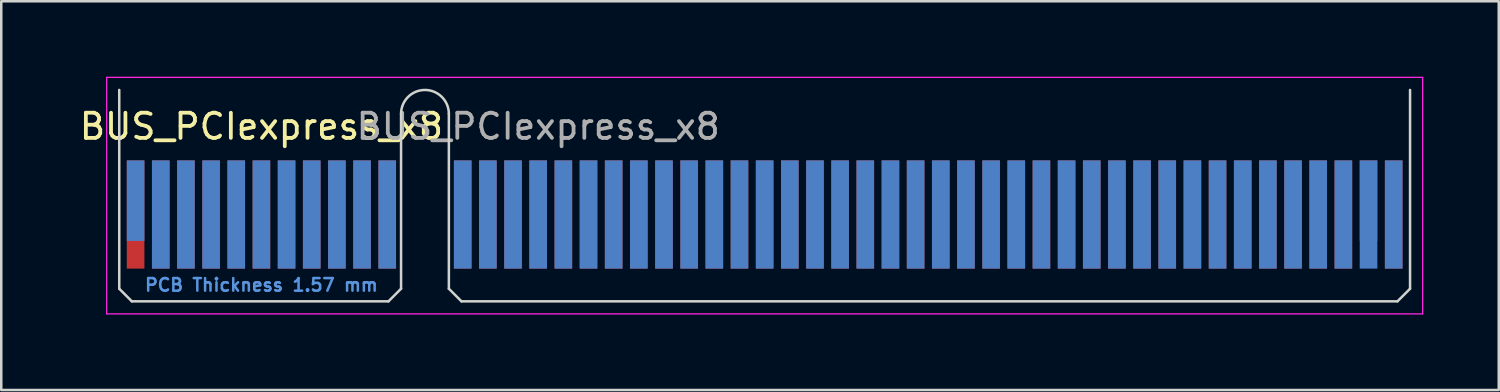
<source format=kicad_pcb>
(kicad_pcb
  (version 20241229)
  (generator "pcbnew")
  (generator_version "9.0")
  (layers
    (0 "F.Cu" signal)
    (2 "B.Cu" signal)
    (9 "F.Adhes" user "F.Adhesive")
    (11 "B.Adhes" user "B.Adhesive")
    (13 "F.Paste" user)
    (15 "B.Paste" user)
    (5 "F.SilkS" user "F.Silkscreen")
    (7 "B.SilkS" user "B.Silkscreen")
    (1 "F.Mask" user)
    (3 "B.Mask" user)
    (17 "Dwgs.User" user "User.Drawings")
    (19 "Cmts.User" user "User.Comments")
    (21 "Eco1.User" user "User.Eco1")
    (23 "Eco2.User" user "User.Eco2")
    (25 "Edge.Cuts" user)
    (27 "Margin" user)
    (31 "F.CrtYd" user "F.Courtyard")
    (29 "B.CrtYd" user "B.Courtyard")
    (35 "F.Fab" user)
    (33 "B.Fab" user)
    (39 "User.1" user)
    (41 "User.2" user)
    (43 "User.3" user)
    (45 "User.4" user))
  (footprint "BUS_PCIexpress_x8"
    (layer "F.Cu")
    (at 2.339 5.475)
    (property "Reference" "BUS_PCIexpress_x8" (at 5 -3.5 0) (layer "F.SilkS") (effects (font (size 1 1) (thickness 0.15))))
    (attr exclude_from_pos_files exclude_from_bom)
    (fp_line (start -0.65 -4.95) (end -0.65 2.95) (stroke (width 0.1) (type solid)) (layer "Edge.Cuts"))
    (fp_line (start -0.65 2.95) (end -0.15 3.45) (stroke (width 0.1) (type solid)) (layer "Edge.Cuts"))
    (fp_line (start -0.15 3.45) (end 10.05 3.45) (stroke (width 0.1) (type solid)) (layer "Edge.Cuts"))
    (fp_line (start 10.55 -4) (end 10.55 2.95) (stroke (width 0.1) (type solid)) (layer "Edge.Cuts"))
    (fp_line (start 10.55 2.95) (end 10.05 3.45) (stroke (width 0.1) (type solid)) (layer "Edge.Cuts"))
    (fp_line (start 12.45 -4) (end 12.45 2.95) (stroke (width 0.1) (type solid)) (layer "Edge.Cuts"))
    (fp_line (start 12.45 2.95) (end 12.95 3.45) (stroke (width 0.1) (type solid)) (layer "Edge.Cuts"))
    (fp_line (start 12.95 3.45) (end 50.15 3.45) (stroke (width 0.1) (type solid)) (layer "Edge.Cuts"))
    (fp_line (start 50.65 -4.95) (end 50.65 2.95) (stroke (width 0.1) (type solid)) (layer "Edge.Cuts"))
    (fp_line (start 50.65 2.95) (end 50.15 3.45) (stroke (width 0.1) (type solid)) (layer "Edge.Cuts"))
    (fp_arc (start 10.55 -4) (mid 11.5 -4.95) (end 12.45 -4) (stroke (width 0.1) (type solid)) (layer "Edge.Cuts"))
    (fp_line (start -1.15 -5.45) (end -1.15 3.95) (stroke (width 0.05) (type solid)) (layer "F.CrtYd"))
    (fp_line (start -1.15 -5.45) (end 51.15 -5.45) (stroke (width 0.05) (type solid)) (layer "F.CrtYd"))
    (fp_line (start 51.15 3.95) (end -1.15 3.95) (stroke (width 0.05) (type solid)) (layer "F.CrtYd"))
    (fp_line (start 51.15 3.95) (end 51.15 -5.45) (stroke (width 0.05) (type solid)) (layer "F.CrtYd"))
    (fp_text user "PCB Thickness 1.57 mm" (at 5 2.8 180) (layer "Cmts.User") (effects (font (size 0.5 0.5) (thickness 0.1))))
    (fp_text user "${REFERENCE}" (at 16 -3.5 0) (layer "F.Fab") (effects (font (size 1 1) (thickness 0.15))))
    (pad "A1" connect rect (at 0 -0.55) (size 0.7 3.2) (layers "B.Cu" "B.Mask"))
    (pad "A2" connect rect (at 1 0) (size 0.7 4.3) (layers "B.Cu" "B.Mask"))
    (pad "A3" connect rect (at 2 0) (size 0.7 4.3) (layers "B.Cu" "B.Mask"))
    (pad "A4" connect rect (at 3 0) (size 0.7 4.3) (layers "B.Cu" "B.Mask"))
    (pad "A5" connect rect (at 4 0) (size 0.7 4.3) (layers "B.Cu" "B.Mask"))
    (pad "A6" connect rect (at 5 0) (size 0.7 4.3) (layers "B.Cu" "B.Mask"))
    (pad "A7" connect rect (at 6 0) (size 0.7 4.3) (layers "B.Cu" "B.Mask"))
    (pad "A8" connect rect (at 7 0) (size 0.7 4.3) (layers "B.Cu" "B.Mask"))
    (pad "A9" connect rect (at 8 0) (size 0.7 4.3) (layers "B.Cu" "B.Mask"))
    (pad "A10" connect rect (at 9 0) (size 0.7 4.3) (layers "B.Cu" "B.Mask"))
    (pad "A11" connect rect (at 10 0) (size 0.7 4.3) (layers "B.Cu" "B.Mask"))
    (pad "A12" connect rect (at 13 0) (size 0.7 4.3) (layers "B.Cu" "B.Mask"))
    (pad "A13" connect rect (at 14 0) (size 0.7 4.3) (layers "B.Cu" "B.Mask"))
    (pad "A14" connect rect (at 15 0) (size 0.7 4.3) (layers "B.Cu" "B.Mask"))
    (pad "A15" connect rect (at 16 0) (size 0.7 4.3) (layers "B.Cu" "B.Mask"))
    (pad "A16" connect rect (at 17 0) (size 0.7 4.3) (layers "B.Cu" "B.Mask"))
    (pad "A17" connect rect (at 18 0) (size 0.7 4.3) (layers "B.Cu" "B.Mask"))
    (pad "A18" connect rect (at 19 0) (size 0.7 4.3) (layers "B.Cu" "B.Mask"))
    (pad "A19" connect rect (at 20 0) (size 0.7 4.3) (layers "B.Cu" "B.Mask"))
    (pad "A20" connect rect (at 21 0) (size 0.7 4.3) (layers "B.Cu" "B.Mask"))
    (pad "A21" connect rect (at 22 0) (size 0.7 4.3) (layers "B.Cu" "B.Mask"))
    (pad "A22" connect rect (at 23 0) (size 0.7 4.3) (layers "B.Cu" "B.Mask"))
    (pad "A23" connect rect (at 24 0) (size 0.7 4.3) (layers "B.Cu" "B.Mask"))
    (pad "A24" connect rect (at 25 0) (size 0.7 4.3) (layers "B.Cu" "B.Mask"))
    (pad "A25" connect rect (at 26 0) (size 0.7 4.3) (layers "B.Cu" "B.Mask"))
    (pad "A26" connect rect (at 27 0) (size 0.7 4.3) (layers "B.Cu" "B.Mask"))
    (pad "A27" connect rect (at 28 0) (size 0.7 4.3) (layers "B.Cu" "B.Mask"))
    (pad "A28" connect rect (at 29 0) (size 0.7 4.3) (layers "B.Cu" "B.Mask"))
    (pad "A29" connect rect (at 30 0) (size 0.7 4.3) (layers "B.Cu" "B.Mask"))
    (pad "A30" connect rect (at 31 0) (size 0.7 4.3) (layers "B.Cu" "B.Mask"))
    (pad "A31" connect rect (at 32 0) (size 0.7 4.3) (layers "B.Cu" "B.Mask"))
    (pad "A32" connect rect (at 33 0) (size 0.7 4.3) (layers "B.Cu" "B.Mask"))
    (pad "A33" connect rect (at 34 0) (size 0.7 4.3) (layers "B.Cu" "B.Mask"))
    (pad "A34" connect rect (at 35 0) (size 0.7 4.3) (layers "B.Cu" "B.Mask"))
    (pad "A35" connect rect (at 36 0) (size 0.7 4.3) (layers "B.Cu" "B.Mask"))
    (pad "A36" connect rect (at 37 0) (size 0.7 4.3) (layers "B.Cu" "B.Mask"))
    (pad "A37" connect rect (at 38 0) (size 0.7 4.3) (layers "B.Cu" "B.Mask"))
    (pad "A38" connect rect (at 39 0) (size 0.7 4.3) (layers "B.Cu" "B.Mask"))
    (pad "A39" connect rect (at 40 0) (size 0.7 4.3) (layers "B.Cu" "B.Mask"))
    (pad "A40" connect rect (at 41 0) (size 0.7 4.3) (layers "B.Cu" "B.Mask"))
    (pad "A41" connect rect (at 42 0) (size 0.7 4.3) (layers "B.Cu" "B.Mask"))
    (pad "A42" connect rect (at 43 0) (size 0.7 4.3) (layers "B.Cu" "B.Mask"))
    (pad "A43" connect rect (at 44 0) (size 0.7 4.3) (layers "B.Cu" "B.Mask"))
    (pad "A44" connect rect (at 45 0) (size 0.7 4.3) (layers "B.Cu" "B.Mask"))
    (pad "A45" connect rect (at 46 0) (size 0.7 4.3) (layers "B.Cu" "B.Mask"))
    (pad "A46" connect rect (at 47 0) (size 0.7 4.3) (layers "B.Cu" "B.Mask"))
    (pad "A47" connect rect (at 48 0) (size 0.7 4.3) (layers "B.Cu" "B.Mask"))
    (pad "A48" connect rect (at 49 0) (size 0.7 4.3) (layers "B.Cu" "B.Mask"))
    (pad "A49" connect rect (at 50 0) (size 0.7 4.3) (layers "B.Cu" "B.Mask"))
    (pad "B1" connect rect (at 0 0) (size 0.7 4.3) (layers "F.Cu" "F.Mask"))
    (pad "B2" connect rect (at 1 0) (size 0.7 4.3) (layers "F.Cu" "F.Mask"))
    (pad "B3" connect rect (at 2 0) (size 0.7 4.3) (layers "F.Cu" "F.Mask"))
    (pad "B4" connect rect (at 3 0) (size 0.7 4.3) (layers "F.Cu" "F.Mask"))
    (pad "B5" connect rect (at 4 0) (size 0.7 4.3) (layers "F.Cu" "F.Mask"))
    (pad "B6" connect rect (at 5 0) (size 0.7 4.3) (layers "F.Cu" "F.Mask"))
    (pad "B7" connect rect (at 6 0) (size 0.7 4.3) (layers "F.Cu" "F.Mask"))
    (pad "B8" connect rect (at 7 0) (size 0.7 4.3) (layers "F.Cu" "F.Mask"))
    (pad "B9" connect rect (at 8 0) (size 0.7 4.3) (layers "F.Cu" "F.Mask"))
    (pad "B10" connect rect (at 9 0) (size 0.7 4.3) (layers "F.Cu" "F.Mask"))
    (pad "B11" connect rect (at 10 0) (size 0.7 4.3) (layers "F.Cu" "F.Mask"))
    (pad "B12" connect rect (at 13 0) (size 0.7 4.3) (layers "F.Cu" "F.Mask"))
    (pad "B13" connect rect (at 14 0) (size 0.7 4.3) (layers "F.Cu" "F.Mask"))
    (pad "B14" connect rect (at 15 0) (size 0.7 4.3) (layers "F.Cu" "F.Mask"))
    (pad "B15" connect rect (at 16 0) (size 0.7 4.3) (layers "F.Cu" "F.Mask"))
    (pad "B16" connect rect (at 17 0) (size 0.7 4.3) (layers "F.Cu" "F.Mask"))
    (pad "B17" connect rect (at 18 0) (size 0.7 4.3) (layers "F.Cu" "F.Mask"))
    (pad "B18" connect rect (at 19 0) (size 0.7 4.3) (layers "F.Cu" "F.Mask"))
    (pad "B19" connect rect (at 20 0) (size 0.7 4.3) (layers "F.Cu" "F.Mask"))
    (pad "B20" connect rect (at 21 0) (size 0.7 4.3) (layers "F.Cu" "F.Mask"))
    (pad "B21" connect rect (at 22 0) (size 0.7 4.3) (layers "F.Cu" "F.Mask"))
    (pad "B22" connect rect (at 23 0) (size 0.7 4.3) (layers "F.Cu" "F.Mask"))
    (pad "B23" connect rect (at 24 0) (size 0.7 4.3) (layers "F.Cu" "F.Mask"))
    (pad "B24" connect rect (at 25 0) (size 0.7 4.3) (layers "F.Cu" "F.Mask"))
    (pad "B25" connect rect (at 26 0) (size 0.7 4.3) (layers "F.Cu" "F.Mask"))
    (pad "B26" connect rect (at 27 0) (size 0.7 4.3) (layers "F.Cu" "F.Mask"))
    (pad "B27" connect rect (at 28 0) (size 0.7 4.3) (layers "F.Cu" "F.Mask"))
    (pad "B28" connect rect (at 29 0) (size 0.7 4.3) (layers "F.Cu" "F.Mask"))
    (pad "B29" connect rect (at 30 0) (size 0.7 4.3) (layers "F.Cu" "F.Mask"))
    (pad "B30" connect rect (at 31 0) (size 0.7 4.3) (layers "F.Cu" "F.Mask"))
    (pad "B31" connect rect (at 32 0) (size 0.7 4.3) (layers "F.Cu" "F.Mask"))
    (pad "B32" connect rect (at 33 0) (size 0.7 4.3) (layers "F.Cu" "F.Mask"))
    (pad "B33" connect rect (at 34 0) (size 0.7 4.3) (layers "F.Cu" "F.Mask"))
    (pad "B34" connect rect (at 35 0) (size 0.7 4.3) (layers "F.Cu" "F.Mask"))
    (pad "B35" connect rect (at 36 0) (size 0.7 4.3) (layers "F.Cu" "F.Mask"))
    (pad "B36" connect rect (at 37 0) (size 0.7 4.3) (layers "F.Cu" "F.Mask"))
    (pad "B37" connect rect (at 38 0) (size 0.7 4.3) (layers "F.Cu" "F.Mask"))
    (pad "B38" connect rect (at 39 0) (size 0.7 4.3) (layers "F.Cu" "F.Mask"))
    (pad "B39" connect rect (at 40 0) (size 0.7 4.3) (layers "F.Cu" "F.Mask"))
    (pad "B40" connect rect (at 41 0) (size 0.7 4.3) (layers "F.Cu" "F.Mask"))
    (pad "B41" connect rect (at 42 0) (size 0.7 4.3) (layers "F.Cu" "F.Mask"))
    (pad "B42" connect rect (at 43 0) (size 0.7 4.3) (layers "F.Cu" "F.Mask"))
    (pad "B43" connect rect (at 44 0) (size 0.7 4.3) (layers "F.Cu" "F.Mask"))
    (pad "B44" connect rect (at 45 0) (size 0.7 4.3) (layers "F.Cu" "F.Mask"))
    (pad "B45" connect rect (at 46 0) (size 0.7 4.3) (layers "F.Cu" "F.Mask"))
    (pad "B46" connect rect (at 47 0) (size 0.7 4.3) (layers "F.Cu" "F.Mask"))
    (pad "B47" connect rect (at 48 0) (size 0.7 4.3) (layers "F.Cu" "F.Mask"))
    (pad "B48" connect rect (at 49 -0.55) (size 0.7 3.2) (layers "F.Cu" "F.Mask"))
    (pad "B49" connect rect (at 50 0) (size 0.7 4.3) (layers "F.Cu" "F.Mask")))
  (gr_rect
    (start -3 -3)
    (end 56.514 12.45)
    (stroke (width 0.1) (type default))
    (fill no)
    (layer "Edge.Cuts")))
</source>
